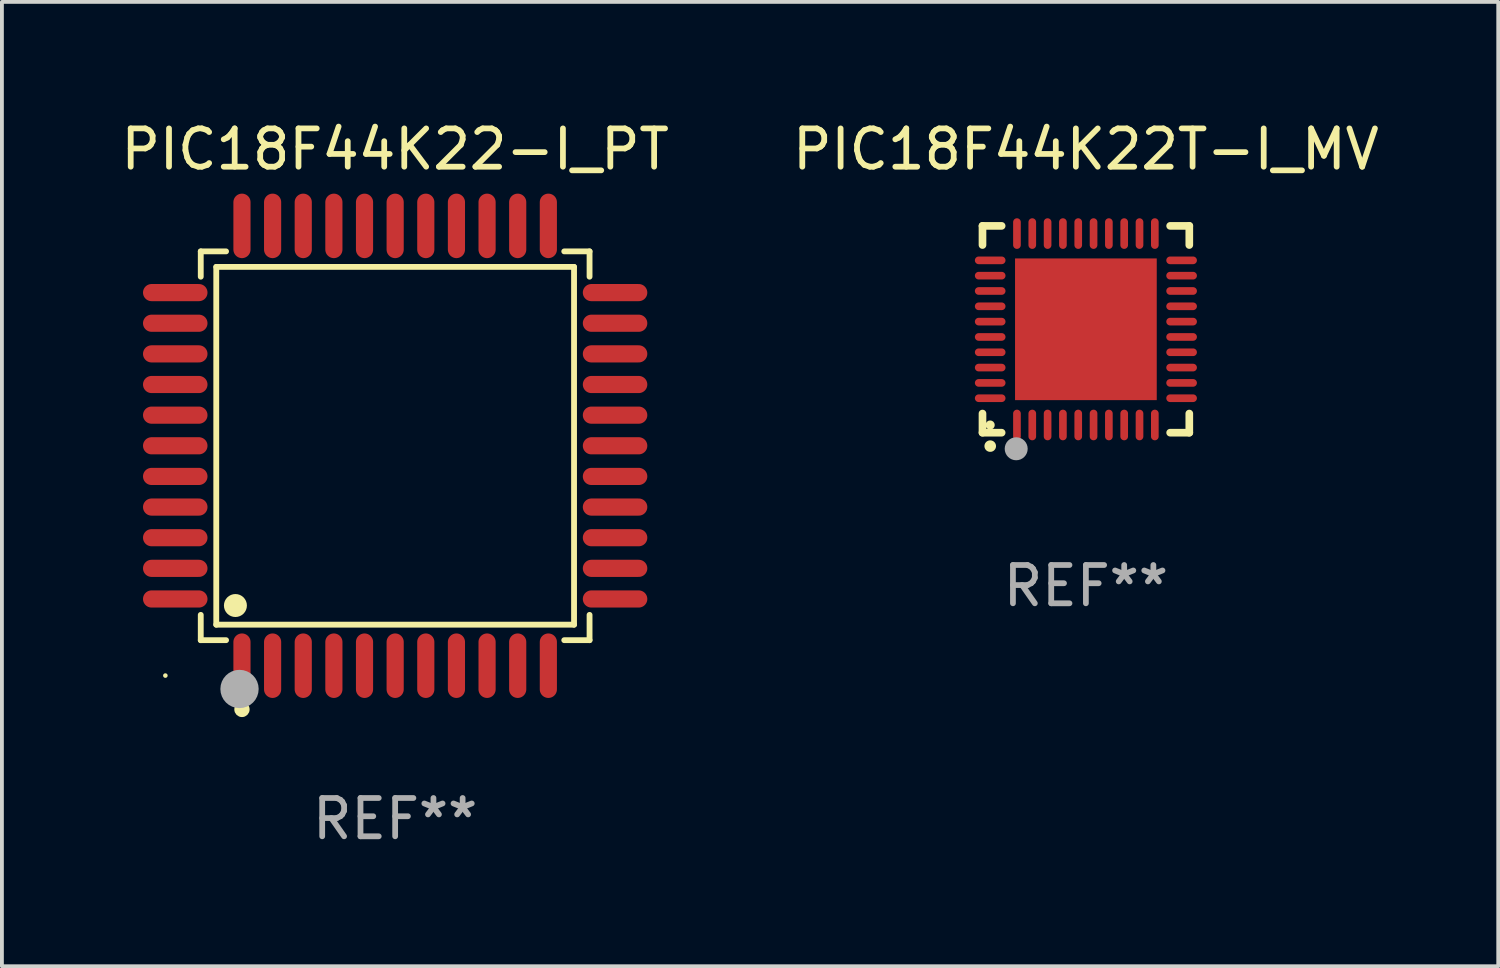
<source format=kicad_pcb>
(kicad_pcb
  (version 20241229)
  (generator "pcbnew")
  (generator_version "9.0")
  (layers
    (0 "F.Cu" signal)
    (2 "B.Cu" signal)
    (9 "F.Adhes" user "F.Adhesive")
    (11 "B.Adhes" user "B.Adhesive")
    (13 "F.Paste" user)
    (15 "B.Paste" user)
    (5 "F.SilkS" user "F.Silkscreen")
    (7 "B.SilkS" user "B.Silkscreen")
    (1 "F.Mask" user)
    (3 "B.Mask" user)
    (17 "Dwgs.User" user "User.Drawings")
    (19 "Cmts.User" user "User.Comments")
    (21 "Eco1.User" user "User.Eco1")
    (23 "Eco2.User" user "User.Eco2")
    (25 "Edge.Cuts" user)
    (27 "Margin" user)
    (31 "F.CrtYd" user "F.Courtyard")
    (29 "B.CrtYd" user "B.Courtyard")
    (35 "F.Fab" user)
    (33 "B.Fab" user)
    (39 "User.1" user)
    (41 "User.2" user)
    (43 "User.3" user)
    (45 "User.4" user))
  (footprint "PIC18F44K22T-I_MV"
    (layer "F.Cu")
    (at 25.304 5.548)
    (property "Reference" "PIC18F44K22T-I_MV" (at 0 -4.7 0) (layer "F.SilkS") (effects (font (size 1 1) (thickness 0.15))))
    (attr through_hole)
    (fp_line (start -2.7 -2.7) (end -2.7 -2.2) (stroke (width 0.2) (type solid)) (layer "F.SilkS"))
    (fp_line (start -2.7 2.7) (end -2.7 2.2) (stroke (width 0.2) (type solid)) (layer "F.SilkS"))
    (fp_line (start -2.2 -2.7) (end -2.7 -2.7) (stroke (width 0.2) (type solid)) (layer "F.SilkS"))
    (fp_line (start -2.2 2.7) (end -2.7 2.7) (stroke (width 0.2) (type solid)) (layer "F.SilkS"))
    (fp_line (start 2.7 -2.7) (end 2.2 -2.7) (stroke (width 0.2) (type solid)) (layer "F.SilkS"))
    (fp_line (start 2.7 -2.2) (end 2.7 -2.7) (stroke (width 0.2) (type solid)) (layer "F.SilkS"))
    (fp_line (start 2.7 2.2) (end 2.7 2.7) (stroke (width 0.2) (type solid)) (layer "F.SilkS"))
    (fp_line (start 2.7 2.7) (end 2.2 2.7) (stroke (width 0.2) (type solid)) (layer "F.SilkS"))
    (fp_arc (start -2.499365 3.050546) (mid -2.498095 3.050541) (end -2.496825 3.050546) (stroke (width 0.3) (type solid)) (layer "F.SilkS"))
    (fp_circle (center -2.5 2.5) (end -2.44 2.5) (stroke (width 0.12) (type solid)) (fill no) (layer "F.SilkS"))
    (fp_circle (center -1.82 3.12) (end -1.67 3.12) (stroke (width 0.3) (type solid)) (fill no) (layer "F.Fab"))
    (fp_text user "REF**" (at 0 6.7 0) (layer "F.Fab") (effects (font (size 1 1) (thickness 0.15))))
    (pad "1" smd oval (at -1.8 2.499) (size 0.2 0.8) (layers "F.Cu" "F.Mask" "F.Paste"))
    (pad "2" smd oval (at -1.4 2.499) (size 0.2 0.8) (layers "F.Cu" "F.Mask" "F.Paste"))
    (pad "3" smd oval (at -1 2.499) (size 0.2 0.8) (layers "F.Cu" "F.Mask" "F.Paste"))
    (pad "4" smd oval (at -0.6 2.499) (size 0.2 0.8) (layers "F.Cu" "F.Mask" "F.Paste"))
    (pad "5" smd oval (at -0.2 2.499) (size 0.2 0.8) (layers "F.Cu" "F.Mask" "F.Paste"))
    (pad "6" smd oval (at 0.2 2.499) (size 0.2 0.8) (layers "F.Cu" "F.Mask" "F.Paste"))
    (pad "7" smd oval (at 0.6 2.499) (size 0.2 0.8) (layers "F.Cu" "F.Mask" "F.Paste"))
    (pad "8" smd oval (at 1 2.499) (size 0.2 0.8) (layers "F.Cu" "F.Mask" "F.Paste"))
    (pad "9" smd oval (at 1.4 2.499) (size 0.2 0.8) (layers "F.Cu" "F.Mask" "F.Paste"))
    (pad "10" smd oval (at 1.8 2.499) (size 0.2 0.8) (layers "F.Cu" "F.Mask" "F.Paste"))
    (pad "11" smd oval (at 2.499 1.8) (size 0.8 0.2) (layers "F.Cu" "F.Mask" "F.Paste"))
    (pad "12" smd oval (at 2.499 1.4) (size 0.8 0.2) (layers "F.Cu" "F.Mask" "F.Paste"))
    (pad "13" smd oval (at 2.499 1) (size 0.8 0.2) (layers "F.Cu" "F.Mask" "F.Paste"))
    (pad "14" smd oval (at 2.499 0.6) (size 0.8 0.2) (layers "F.Cu" "F.Mask" "F.Paste"))
    (pad "15" smd oval (at 2.499 0.2) (size 0.8 0.2) (layers "F.Cu" "F.Mask" "F.Paste"))
    (pad "16" smd oval (at 2.499 -0.2) (size 0.8 0.2) (layers "F.Cu" "F.Mask" "F.Paste"))
    (pad "17" smd oval (at 2.499 -0.6) (size 0.8 0.2) (layers "F.Cu" "F.Mask" "F.Paste"))
    (pad "18" smd oval (at 2.499 -1) (size 0.8 0.2) (layers "F.Cu" "F.Mask" "F.Paste"))
    (pad "19" smd oval (at 2.499 -1.4) (size 0.8 0.2) (layers "F.Cu" "F.Mask" "F.Paste"))
    (pad "20" smd oval (at 2.499 -1.8) (size 0.8 0.2) (layers "F.Cu" "F.Mask" "F.Paste"))
    (pad "21" smd oval (at 1.8 -2.499) (size 0.2 0.8) (layers "F.Cu" "F.Mask" "F.Paste"))
    (pad "22" smd oval (at 1.4 -2.499) (size 0.2 0.8) (layers "F.Cu" "F.Mask" "F.Paste"))
    (pad "23" smd oval (at 1 -2.499) (size 0.2 0.8) (layers "F.Cu" "F.Mask" "F.Paste"))
    (pad "24" smd oval (at 0.6 -2.499) (size 0.2 0.8) (layers "F.Cu" "F.Mask" "F.Paste"))
    (pad "25" smd oval (at 0.2 -2.499) (size 0.2 0.8) (layers "F.Cu" "F.Mask" "F.Paste"))
    (pad "26" smd oval (at -0.2 -2.499) (size 0.2 0.8) (layers "F.Cu" "F.Mask" "F.Paste"))
    (pad "27" smd oval (at -0.6 -2.499) (size 0.2 0.8) (layers "F.Cu" "F.Mask" "F.Paste"))
    (pad "28" smd oval (at -1 -2.499) (size 0.2 0.8) (layers "F.Cu" "F.Mask" "F.Paste"))
    (pad "29" smd oval (at -1.4 -2.499) (size 0.2 0.8) (layers "F.Cu" "F.Mask" "F.Paste"))
    (pad "30" smd oval (at -1.8 -2.499) (size 0.2 0.8) (layers "F.Cu" "F.Mask" "F.Paste"))
    (pad "31" smd oval (at -2.499 -1.8) (size 0.8 0.2) (layers "F.Cu" "F.Mask" "F.Paste"))
    (pad "32" smd oval (at -2.499 -1.4) (size 0.8 0.2) (layers "F.Cu" "F.Mask" "F.Paste"))
    (pad "33" smd oval (at -2.499 -1) (size 0.8 0.2) (layers "F.Cu" "F.Mask" "F.Paste"))
    (pad "34" smd oval (at -2.499 -0.6) (size 0.8 0.2) (layers "F.Cu" "F.Mask" "F.Paste"))
    (pad "35" smd oval (at -2.499 -0.2) (size 0.8 0.2) (layers "F.Cu" "F.Mask" "F.Paste"))
    (pad "36" smd oval (at -2.499 0.2) (size 0.8 0.2) (layers "F.Cu" "F.Mask" "F.Paste"))
    (pad "37" smd oval (at -2.499 0.6) (size 0.8 0.2) (layers "F.Cu" "F.Mask" "F.Paste"))
    (pad "38" smd oval (at -2.499 1) (size 0.8 0.2) (layers "F.Cu" "F.Mask" "F.Paste"))
    (pad "39" smd oval (at -2.499 1.4) (size 0.8 0.2) (layers "F.Cu" "F.Mask" "F.Paste"))
    (pad "40" smd oval (at -2.499 1.8) (size 0.8 0.2) (layers "F.Cu" "F.Mask" "F.Paste"))
    (pad "41" smd rect (at 0 0) (size 3.7 3.7) (layers "F.Cu" "F.Mask" "F.Paste")))
  (footprint "PIC18F44K22-I_PT"
    (layer "F.Cu")
    (at 7.268 8.59)
    (property "Reference" "PIC18F44K22-I_PT" (at 0 -7.742 0) (layer "F.SilkS") (effects (font (size 1 1) (thickness 0.15))))
    (attr through_hole)
    (fp_line (start -5.076 -5.076) (end -4.415 -5.076) (stroke (width 0.152) (type solid)) (layer "F.SilkS"))
    (fp_line (start -5.076 -4.415) (end -5.076 -5.076) (stroke (width 0.152) (type solid)) (layer "F.SilkS"))
    (fp_line (start -5.076 4.415) (end -5.076 5.076) (stroke (width 0.152) (type solid)) (layer "F.SilkS"))
    (fp_line (start -5.076 5.076) (end -4.415 5.076) (stroke (width 0.152) (type solid)) (layer "F.SilkS"))
    (fp_line (start -4.671 -4.671) (end 4.671 -4.671) (stroke (width 0.152) (type solid)) (layer "F.SilkS"))
    (fp_line (start -4.671 4.671) (end -4.671 -4.671) (stroke (width 0.152) (type solid)) (layer "F.SilkS"))
    (fp_line (start 4.671 -4.671) (end 4.671 4.671) (stroke (width 0.152) (type solid)) (layer "F.SilkS"))
    (fp_line (start 4.671 4.671) (end -4.671 4.671) (stroke (width 0.152) (type solid)) (layer "F.SilkS"))
    (fp_line (start 5.076 -5.076) (end 4.415 -5.076) (stroke (width 0.152) (type solid)) (layer "F.SilkS"))
    (fp_line (start 5.076 -4.415) (end 5.076 -5.076) (stroke (width 0.152) (type solid)) (layer "F.SilkS"))
    (fp_line (start 5.076 4.415) (end 5.076 5.076) (stroke (width 0.152) (type solid)) (layer "F.SilkS"))
    (fp_line (start 5.076 5.076) (end 4.415 5.076) (stroke (width 0.152) (type solid)) (layer "F.SilkS"))
    (fp_circle (center -6 6) (end -5.97 6) (stroke (width 0.06) (type solid)) (fill no) (layer "F.SilkS"))
    (fp_circle (center -4.171 4.171) (end -4.021 4.171) (stroke (width 0.3) (type solid)) (fill no) (layer "F.SilkS"))
    (fp_circle (center -4 6.884) (end -3.9 6.884) (stroke (width 0.2) (type solid)) (fill no) (layer "F.SilkS"))
    (fp_circle (center -4.064 6.35) (end -3.814 6.35) (stroke (width 0.5) (type solid)) (fill no) (layer "F.Fab"))
    (fp_text user "REF**" (at 0 9.742 0) (layer "F.Fab") (effects (font (size 1 1) (thickness 0.15))))
    (pad "1" smd oval (at -4 5.742) (size 0.448 1.684) (layers "F.Cu" "F.Mask" "F.Paste"))
    (pad "2" smd oval (at -3.2 5.742) (size 0.448 1.684) (layers "F.Cu" "F.Mask" "F.Paste"))
    (pad "3" smd oval (at -2.4 5.742) (size 0.448 1.684) (layers "F.Cu" "F.Mask" "F.Paste"))
    (pad "4" smd oval (at -1.6 5.742) (size 0.448 1.684) (layers "F.Cu" "F.Mask" "F.Paste"))
    (pad "5" smd oval (at -0.8 5.742) (size 0.448 1.684) (layers "F.Cu" "F.Mask" "F.Paste"))
    (pad "6" smd oval (at 0 5.742) (size 0.448 1.684) (layers "F.Cu" "F.Mask" "F.Paste"))
    (pad "7" smd oval (at 0.8 5.742) (size 0.448 1.684) (layers "F.Cu" "F.Mask" "F.Paste"))
    (pad "8" smd oval (at 1.6 5.742) (size 0.448 1.684) (layers "F.Cu" "F.Mask" "F.Paste"))
    (pad "9" smd oval (at 2.4 5.742) (size 0.448 1.684) (layers "F.Cu" "F.Mask" "F.Paste"))
    (pad "10" smd oval (at 3.2 5.742) (size 0.448 1.684) (layers "F.Cu" "F.Mask" "F.Paste"))
    (pad "11" smd oval (at 4 5.742) (size 0.448 1.684) (layers "F.Cu" "F.Mask" "F.Paste"))
    (pad "12" smd oval (at 5.742 4) (size 1.684 0.448) (layers "F.Cu" "F.Mask" "F.Paste"))
    (pad "13" smd oval (at 5.742 3.2) (size 1.684 0.448) (layers "F.Cu" "F.Mask" "F.Paste"))
    (pad "14" smd oval (at 5.742 2.4) (size 1.684 0.448) (layers "F.Cu" "F.Mask" "F.Paste"))
    (pad "15" smd oval (at 5.742 1.6) (size 1.684 0.448) (layers "F.Cu" "F.Mask" "F.Paste"))
    (pad "16" smd oval (at 5.742 0.8) (size 1.684 0.448) (layers "F.Cu" "F.Mask" "F.Paste"))
    (pad "17" smd oval (at 5.742 0) (size 1.684 0.448) (layers "F.Cu" "F.Mask" "F.Paste"))
    (pad "18" smd oval (at 5.742 -0.8) (size 1.684 0.448) (layers "F.Cu" "F.Mask" "F.Paste"))
    (pad "19" smd oval (at 5.742 -1.6) (size 1.684 0.448) (layers "F.Cu" "F.Mask" "F.Paste"))
    (pad "20" smd oval (at 5.742 -2.4) (size 1.684 0.448) (layers "F.Cu" "F.Mask" "F.Paste"))
    (pad "21" smd oval (at 5.742 -3.2) (size 1.684 0.448) (layers "F.Cu" "F.Mask" "F.Paste"))
    (pad "22" smd oval (at 5.742 -4) (size 1.684 0.448) (layers "F.Cu" "F.Mask" "F.Paste"))
    (pad "23" smd oval (at 4 -5.742) (size 0.448 1.684) (layers "F.Cu" "F.Mask" "F.Paste"))
    (pad "24" smd oval (at 3.2 -5.742) (size 0.448 1.684) (layers "F.Cu" "F.Mask" "F.Paste"))
    (pad "25" smd oval (at 2.4 -5.742) (size 0.448 1.684) (layers "F.Cu" "F.Mask" "F.Paste"))
    (pad "26" smd oval (at 1.6 -5.742) (size 0.448 1.684) (layers "F.Cu" "F.Mask" "F.Paste"))
    (pad "27" smd oval (at 0.8 -5.742) (size 0.448 1.684) (layers "F.Cu" "F.Mask" "F.Paste"))
    (pad "28" smd oval (at 0 -5.742) (size 0.448 1.684) (layers "F.Cu" "F.Mask" "F.Paste"))
    (pad "29" smd oval (at -0.8 -5.742) (size 0.448 1.684) (layers "F.Cu" "F.Mask" "F.Paste"))
    (pad "30" smd oval (at -1.6 -5.742) (size 0.448 1.684) (layers "F.Cu" "F.Mask" "F.Paste"))
    (pad "31" smd oval (at -2.4 -5.742) (size 0.448 1.684) (layers "F.Cu" "F.Mask" "F.Paste"))
    (pad "32" smd oval (at -3.2 -5.742) (size 0.448 1.684) (layers "F.Cu" "F.Mask" "F.Paste"))
    (pad "33" smd oval (at -4 -5.742) (size 0.448 1.684) (layers "F.Cu" "F.Mask" "F.Paste"))
    (pad "34" smd oval (at -5.742 -4) (size 1.684 0.448) (layers "F.Cu" "F.Mask" "F.Paste"))
    (pad "35" smd oval (at -5.742 -3.2) (size 1.684 0.448) (layers "F.Cu" "F.Mask" "F.Paste"))
    (pad "36" smd oval (at -5.742 -2.4) (size 1.684 0.448) (layers "F.Cu" "F.Mask" "F.Paste"))
    (pad "37" smd oval (at -5.742 -1.6) (size 1.684 0.448) (layers "F.Cu" "F.Mask" "F.Paste"))
    (pad "38" smd oval (at -5.742 -0.8) (size 1.684 0.448) (layers "F.Cu" "F.Mask" "F.Paste"))
    (pad "39" smd oval (at -5.742 0) (size 1.684 0.448) (layers "F.Cu" "F.Mask" "F.Paste"))
    (pad "40" smd oval (at -5.742 0.8) (size 1.684 0.448) (layers "F.Cu" "F.Mask" "F.Paste"))
    (pad "41" smd oval (at -5.742 1.6) (size 1.684 0.448) (layers "F.Cu" "F.Mask" "F.Paste"))
    (pad "42" smd oval (at -5.742 2.4) (size 1.684 0.448) (layers "F.Cu" "F.Mask" "F.Paste"))
    (pad "43" smd oval (at -5.742 3.2) (size 1.684 0.448) (layers "F.Cu" "F.Mask" "F.Paste"))
    (pad "44" smd oval (at -5.742 4) (size 1.684 0.448) (layers "F.Cu" "F.Mask" "F.Paste")))
  (gr_rect
    (start -3 -3)
    (end 36.071 22.18)
    (stroke (width 0.1) (type default))
    (fill no)
    (layer "Edge.Cuts")))
</source>
